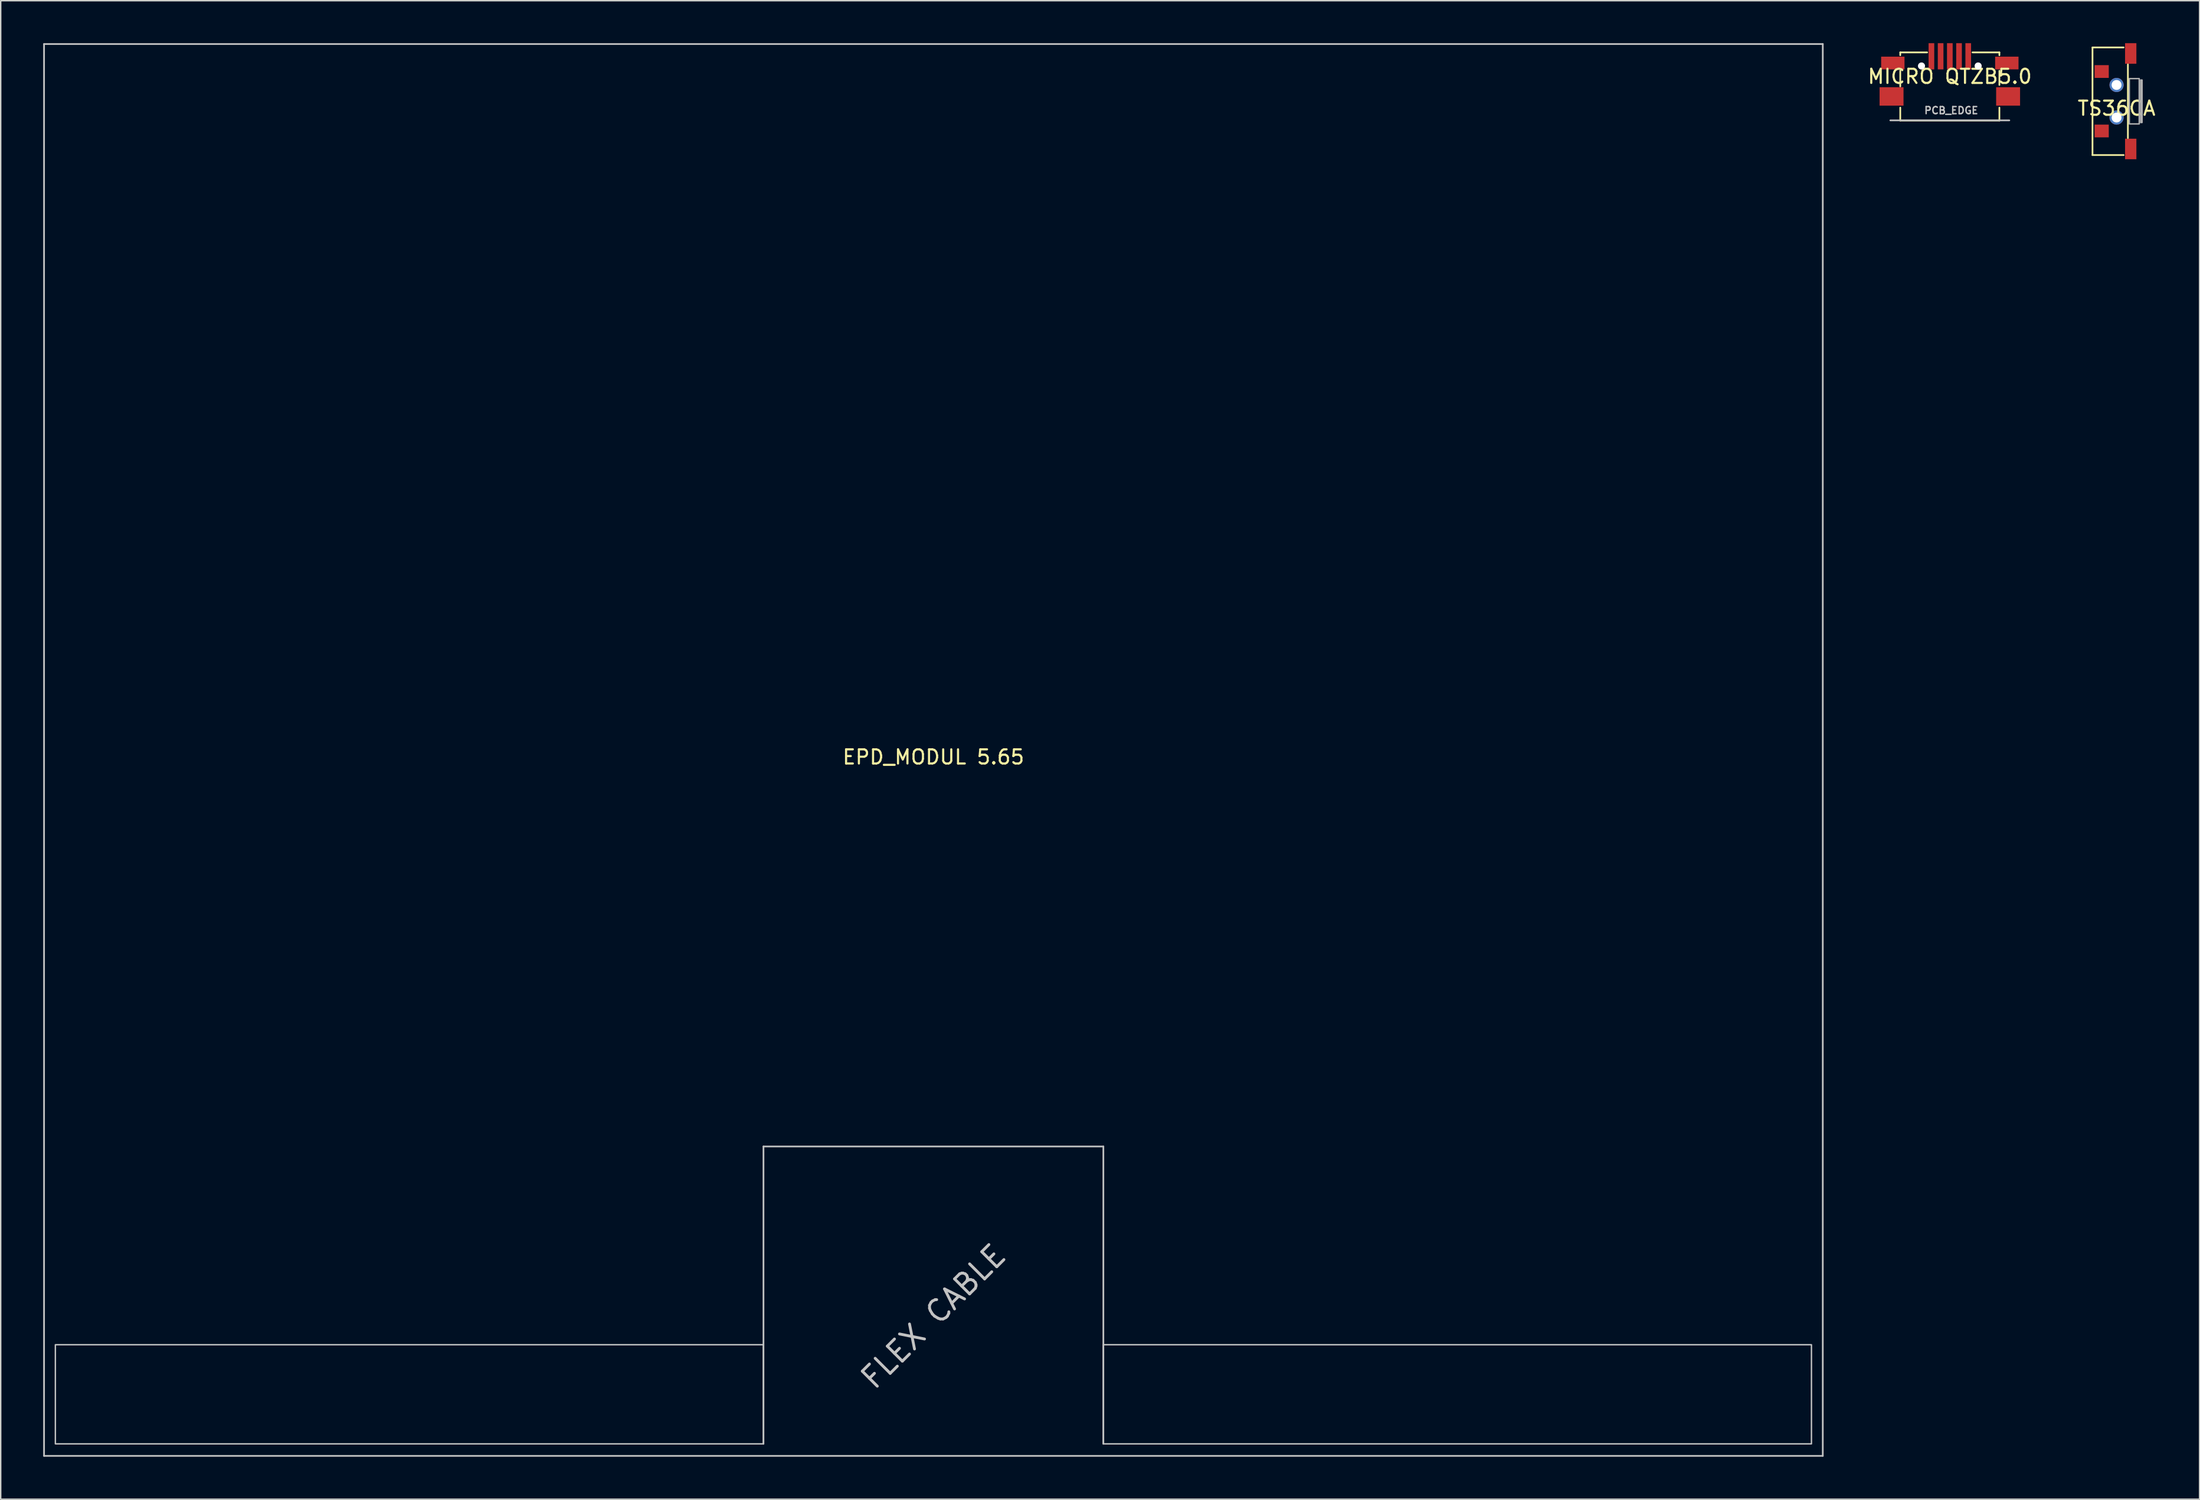
<source format=kicad_pcb>
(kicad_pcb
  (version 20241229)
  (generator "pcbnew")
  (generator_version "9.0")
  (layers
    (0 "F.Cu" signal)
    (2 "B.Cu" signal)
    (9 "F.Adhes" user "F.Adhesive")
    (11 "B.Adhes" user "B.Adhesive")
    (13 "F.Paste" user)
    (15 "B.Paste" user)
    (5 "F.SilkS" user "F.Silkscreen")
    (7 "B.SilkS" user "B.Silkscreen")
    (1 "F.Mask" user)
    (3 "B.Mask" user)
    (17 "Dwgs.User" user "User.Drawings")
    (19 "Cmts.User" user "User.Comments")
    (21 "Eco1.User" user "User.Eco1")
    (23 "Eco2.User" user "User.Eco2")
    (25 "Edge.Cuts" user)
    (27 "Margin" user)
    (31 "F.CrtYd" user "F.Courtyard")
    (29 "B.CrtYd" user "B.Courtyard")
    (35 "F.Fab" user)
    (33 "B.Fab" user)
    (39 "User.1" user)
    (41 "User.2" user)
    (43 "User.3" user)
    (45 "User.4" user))
  (footprint "MICRO QTZB5.0"
    (layer "F.Cu")
    (at 134.631 1.85)
    (property "Reference" "MICRO QTZB5.0" (at 0 0.5 0) (layer "F.SilkS") (effects (font (size 1 1) (thickness 0.15))))
    (attr through_hole)
    (fp_line (start -3.5 -1.2) (end -1.6 -1.2) (stroke (width 0.12) (type solid)) (layer "F.SilkS"))
    (fp_line (start -3.5 -1) (end -3.5 -1.2) (stroke (width 0.12) (type solid)) (layer "F.SilkS"))
    (fp_line (start -3.5 1.2) (end -3.5 0.1) (stroke (width 0.12) (type solid)) (layer "F.SilkS"))
    (fp_line (start -3.5 3.61) (end -3.5 2.7) (stroke (width 0.12) (type solid)) (layer "F.SilkS"))
    (fp_line (start -3.5 3.61) (end 3.5 3.61) (stroke (width 0.12) (type solid)) (layer "F.SilkS"))
    (fp_line (start 1.6 -1.2) (end 3.5 -1.2) (stroke (width 0.12) (type solid)) (layer "F.SilkS"))
    (fp_line (start 3.5 -1.2) (end 3.5 -1) (stroke (width 0.12) (type solid)) (layer "F.SilkS"))
    (fp_line (start 3.5 0.1) (end 3.5 1.1) (stroke (width 0.12) (type solid)) (layer "F.SilkS"))
    (fp_line (start 3.5 2.7) (end 3.5 3.61) (stroke (width 0.12) (type solid)) (layer "F.SilkS"))
    (fp_line (start -4.2 3.6) (end 4.2 3.6) (stroke (width 0.12) (type solid)) (layer "Dwgs.User"))
    (fp_text user "PCB_EDGE" (at 0.1 2.9 0) (layer "Dwgs.User") (effects (font (size 0.5 0.5) (thickness 0.1))))
    (pad "" np_thru_hole circle (at -2 -0.24 90) (size 0.5 0.5) (drill 0.5) (layers "*.Cu" "*.Mask"))
    (pad "" np_thru_hole circle (at 2 -0.24 90) (size 0.5 0.5) (drill 0.5) (layers "*.Cu" "*.Mask"))
    (pad "1" smd rect (at -1.3 -0.925 90) (size 1.85 0.4) (layers "F.Cu" "F.Mask" "F.Paste"))
    (pad "2" smd rect (at -0.65 -0.925 90) (size 1.85 0.4) (layers "F.Cu" "F.Mask" "F.Paste"))
    (pad "3" smd rect (at 0 -0.925 90) (size 1.85 0.4) (layers "F.Cu" "F.Mask" "F.Paste"))
    (pad "4" smd rect (at 0.65 -0.925 90) (size 1.85 0.4) (layers "F.Cu" "F.Mask" "F.Paste"))
    (pad "5" smd rect (at 1.3 -0.925 90) (size 1.85 0.4) (layers "F.Cu" "F.Mask" "F.Paste"))
    (pad "6" smd rect (at -4.115 1.91 180) (size 1.69 1.3) (layers "F.Cu" "F.Mask" "F.Paste"))
    (pad "6" smd rect (at -4.025 -0.45 180) (size 1.65 0.9) (layers "F.Cu" "F.Mask" "F.Paste"))
    (pad "6" smd rect (at 4.025 -0.45 180) (size 1.65 0.9) (layers "F.Cu" "F.Mask" "F.Paste"))
    (pad "6" smd rect (at 4.115 1.91 180) (size 1.69 1.3) (layers "F.Cu" "F.Mask" "F.Paste")))
  (footprint "TS36CA"
    (layer "F.Cu")
    (at 146.405 4.1)
    (property "Reference" "TS36CA" (at 0 0.5 0) (layer "F.SilkS") (effects (font (size 1 1) (thickness 0.15))))
    (attr through_hole)
    (fp_line (start -1.7 -3.8) (end 0.5 -3.8) (stroke (width 0.12) (type solid)) (layer "F.SilkS"))
    (fp_line (start -1.7 3.8) (end -1.7 -3.8) (stroke (width 0.12) (type solid)) (layer "F.SilkS"))
    (fp_line (start 0.5 3.8) (end -1.7 3.8) (stroke (width 0.12) (type solid)) (layer "F.SilkS"))
    (fp_line (start 0.8 -2.6) (end 0.8 2.6) (stroke (width 0.12) (type solid)) (layer "F.SilkS"))
    (fp_poly (pts (xy 1.6 1.6) (xy 0.9 1.6) (xy 0.9 -1.6) (xy 1.6 -1.6)) (stroke (width 0.1) (type solid)) (fill no) (layer "F.Fab"))
    (fp_poly (pts (xy 1.8 1.5) (xy 1.7 1.5) (xy 1.7 -1.5) (xy 1.8 -1.5)) (stroke (width 0.1) (type solid)) (fill no) (layer "F.Fab"))
    (pad "" np_thru_hole circle (at 0 -1.15) (size 1 1) (drill 0.7) (layers "*.Cu" "*.Mask"))
    (pad "" np_thru_hole circle (at 0 1.15) (size 1 1) (drill 0.7) (layers "*.Cu" "*.Mask"))
    (pad "1" smd rect (at -1.05 -2.1) (size 1 0.9) (layers "F.Cu" "F.Mask" "F.Paste"))
    (pad "2" smd rect (at -1.05 2.1) (size 1 0.9) (layers "F.Cu" "F.Mask" "F.Paste"))
    (pad "PAD" smd rect (at 1 -3.375) (size 0.8 1.45) (layers "F.Cu" "F.Mask" "F.Paste"))
    (pad "PAD" smd rect (at 1 3.37) (size 0.8 1.45) (layers "F.Cu" "F.Mask" "F.Paste")))
  (footprint "EPD_MODUL 5.65"
    (layer "F.Cu")
    (at 62.86 49.91)
    (property "Reference" "EPD_MODUL 5.65" (at 0 0.5 0) (layer "F.SilkS") (effects (font (size 1 1) (thickness 0.15))))
    (attr through_hole)
    (fp_line (start -62.8 -49.85) (end 62.8 -49.85) (stroke (width 0.12) (type solid)) (layer "Dwgs.User"))
    (fp_line (start -62.8 49.85) (end -62.8 -49.85) (stroke (width 0.12) (type solid)) (layer "Dwgs.User"))
    (fp_line (start -12 28) (end 12 28) (stroke (width 0.12) (type solid)) (layer "Dwgs.User"))
    (fp_line (start -12 49) (end -12 28) (stroke (width 0.12) (type solid)) (layer "Dwgs.User"))
    (fp_line (start 12 28) (end 12 49) (stroke (width 0.12) (type solid)) (layer "Dwgs.User"))
    (fp_line (start 62.8 -49.85) (end 62.8 49.85) (stroke (width 0.12) (type solid)) (layer "Dwgs.User"))
    (fp_line (start 62.8 49.85) (end -62.8 49.85) (stroke (width 0.12) (type solid)) (layer "Dwgs.User"))
    (fp_poly (pts (xy -12 49) (xy -62 49) (xy -62 42) (xy -12 42)) (stroke (width 0.1) (type solid)) (fill no) (layer "Dwgs.User"))
    (fp_poly (pts (xy 62 49) (xy 12 49) (xy 12 42) (xy 62 42)) (stroke (width 0.1) (type solid)) (fill no) (layer "Dwgs.User"))
    (fp_text user "FLEX CABLE" (at 0 40 45) (layer "Dwgs.User") (effects (font (size 1.5 1.5) (thickness 0.2)))))
  (gr_rect
    (start -3 -3)
    (end 152.268 102.82)
    (stroke (width 0.1) (type default))
    (fill no)
    (layer "Edge.Cuts")))
</source>
